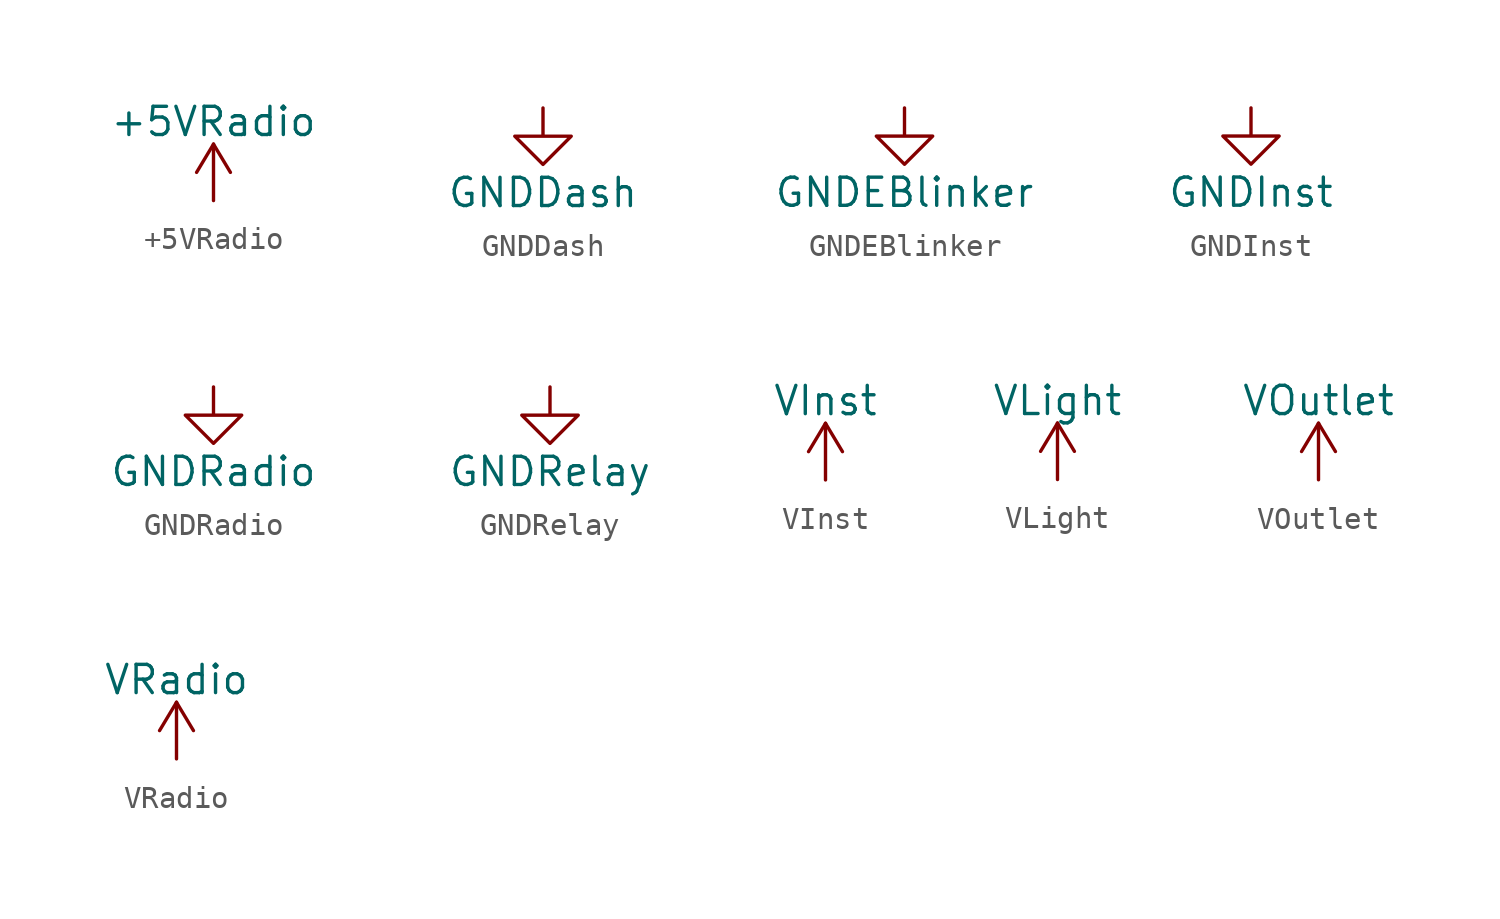
<source format=kicad_sym>
(kicad_symbol_lib
  (version 20220914)
  (generator kicad_symbol_editor)
  (symbol "+5VRadio"
    (power)
    (pin_names
      (offset 0))
    (property "Reference" "#PWR"
      (at 0 -3.81 0)
      (effects (font (size 1.27 1.27)) hide))
    (property "Value" "+5VRadio"
      (at 0 3.556 0)
      (effects (font (size 1.27 1.27))))
    (symbol "+5VRadio_0_1"
      (polyline (pts (xy -0.762 1.27) (xy 0 2.54)) (stroke (width 0) (type default)) (fill (type none)))
      (polyline (pts (xy 0 0) (xy 0 2.54)) (stroke (width 0) (type default)) (fill (type none)))
      (polyline (pts (xy 0 2.54) (xy 0.762 1.27)) (stroke (width 0) (type default)) (fill (type none))))
    (symbol "+5VRadio_1_1"
      (pin power_in line (at 0 0 90) (length 0) hide (name "+5VRadio" (effects (font (size 1.27 1.27)))) (number "1" (effects (font (size 1.27 1.27)))))))
  (symbol "GNDDash"
    (power)
    (pin_names
      (offset 0))
    (property "Reference" "#PWR"
      (at 0 -6.35 0)
      (effects (font (size 1.27 1.27)) hide))
    (property "Value" "GNDDash"
      (at 0 -3.81 0)
      (effects (font (size 1.27 1.27))))
    (symbol "GNDDash_0_1"
      (polyline (pts (xy 0 0) (xy 0 -1.27) (xy 1.27 -1.27) (xy 0 -2.54) (xy -1.27 -1.27) (xy 0 -1.27)) (stroke (width 0) (type default)) (fill (type none))))
    (symbol "GNDDash_1_1"
      (pin power_in line (at 0 0 270) (length 0) hide (name "GNDDash" (effects (font (size 1.27 1.27)))) (number "1" (effects (font (size 1.27 1.27)))))))
  (symbol "GNDEBlinker"
    (power)
    (pin_names
      (offset 0))
    (property "Reference" "#PWR"
      (at 0 -6.35 0)
      (effects (font (size 1.27 1.27)) hide))
    (property "Value" "GNDEBlinker"
      (at 0 -3.81 0)
      (effects (font (size 1.27 1.27))))
    (symbol "GNDEBlinker_0_1"
      (polyline (pts (xy 0 0) (xy 0 -1.27) (xy 1.27 -1.27) (xy 0 -2.54) (xy -1.27 -1.27) (xy 0 -1.27)) (stroke (width 0) (type default)) (fill (type none))))
    (symbol "GNDEBlinker_1_1"
      (pin power_in line (at 0 0 270) (length 0) hide (name "GNDEBlinker" (effects (font (size 1.27 1.27)))) (number "1" (effects (font (size 1.27 1.27)))))))
  (symbol "GNDInst"
    (power)
    (pin_names
      (offset 0))
    (property "Reference" "#PWR"
      (at 0 -6.35 0)
      (effects (font (size 1.27 1.27)) hide))
    (property "Value" "GNDInst"
      (at 0 -3.81 0)
      (effects (font (size 1.27 1.27))))
    (symbol "GNDInst_0_1"
      (polyline (pts (xy 0 0) (xy 0 -1.27) (xy 1.27 -1.27) (xy 0 -2.54) (xy -1.27 -1.27) (xy 0 -1.27)) (stroke (width 0) (type default)) (fill (type none))))
    (symbol "GNDInst_1_1"
      (pin power_in line (at 0 0 270) (length 0) hide (name "GND5" (effects (font (size 1.27 1.27)))) (number "1" (effects (font (size 1.27 1.27)))))))
  (symbol "GNDRadio"
    (power)
    (pin_names
      (offset 0))
    (property "Reference" "#PWR"
      (at 0 -6.35 0)
      (effects (font (size 1.27 1.27)) hide))
    (property "Value" "GNDRadio"
      (at 0 -3.81 0)
      (effects (font (size 1.27 1.27))))
    (symbol "GNDRadio_0_1"
      (polyline (pts (xy 0 0) (xy 0 -1.27) (xy 1.27 -1.27) (xy 0 -2.54) (xy -1.27 -1.27) (xy 0 -1.27)) (stroke (width 0) (type default)) (fill (type none))))
    (symbol "GNDRadio_1_1"
      (pin power_in line (at 0 0 270) (length 0) hide (name "GNDRadio" (effects (font (size 1.27 1.27)))) (number "1" (effects (font (size 1.27 1.27)))))))
  (symbol "GNDRelay"
    (power)
    (pin_names
      (offset 0))
    (property "Reference" "#PWR"
      (at 0 -6.35 0)
      (effects (font (size 1.27 1.27)) hide))
    (property "Value" "GNDRelay"
      (at 0 -3.81 0)
      (effects (font (size 1.27 1.27))))
    (symbol "GNDRelay_0_1"
      (polyline (pts (xy 0 0) (xy 0 -1.27) (xy 1.27 -1.27) (xy 0 -2.54) (xy -1.27 -1.27) (xy 0 -1.27)) (stroke (width 0) (type default)) (fill (type none))))
    (symbol "GNDRelay_1_1"
      (pin power_in line (at 0 0 270) (length 0) hide (name "GNDRelay" (effects (font (size 1.27 1.27)))) (number "1" (effects (font (size 1.27 1.27)))))))
  (symbol "VInst"
    (power)
    (pin_names
      (offset 0))
    (property "Reference" "#PWR"
      (at 0 -3.81 0)
      (effects (font (size 1.27 1.27)) hide))
    (property "Value" "VInst"
      (at 0 3.556 0)
      (effects (font (size 1.27 1.27))))
    (symbol "VInst_0_1"
      (polyline (pts (xy -0.762 1.27) (xy 0 2.54)) (stroke (width 0) (type default)) (fill (type none)))
      (polyline (pts (xy 0 0) (xy 0 2.54)) (stroke (width 0) (type default)) (fill (type none)))
      (polyline (pts (xy 0 2.54) (xy 0.762 1.27)) (stroke (width 0) (type default)) (fill (type none))))
    (symbol "VInst_1_1"
      (pin power_in line (at 0 0 90) (length 0) hide (name "VInst" (effects (font (size 1.27 1.27)))) (number "1" (effects (font (size 1.27 1.27)))))))
  (symbol "VLight"
    (power)
    (pin_names
      (offset 0))
    (property "Reference" "#PWR"
      (at 0 -3.81 0)
      (effects (font (size 1.27 1.27)) hide))
    (property "Value" "VLight"
      (at 0 3.556 0)
      (effects (font (size 1.27 1.27))))
    (symbol "VLight_0_1"
      (polyline (pts (xy -0.762 1.27) (xy 0 2.54)) (stroke (width 0) (type default)) (fill (type none)))
      (polyline (pts (xy 0 0) (xy 0 2.54)) (stroke (width 0) (type default)) (fill (type none)))
      (polyline (pts (xy 0 2.54) (xy 0.762 1.27)) (stroke (width 0) (type default)) (fill (type none))))
    (symbol "VLight_1_1"
      (pin power_in line (at 0 0 90) (length 0) hide (name "VLight" (effects (font (size 1.27 1.27)))) (number "1" (effects (font (size 1.27 1.27)))))))
  (symbol "VOutlet"
    (power)
    (pin_names
      (offset 0))
    (property "Reference" "#PWR"
      (at 0 -3.81 0)
      (effects (font (size 1.27 1.27)) hide))
    (property "Value" "VOutlet"
      (at 0 3.556 0)
      (effects (font (size 1.27 1.27))))
    (symbol "VOutlet_0_1"
      (polyline (pts (xy -0.762 1.27) (xy 0 2.54)) (stroke (width 0) (type default)) (fill (type none)))
      (polyline (pts (xy 0 0) (xy 0 2.54)) (stroke (width 0) (type default)) (fill (type none)))
      (polyline (pts (xy 0 2.54) (xy 0.762 1.27)) (stroke (width 0) (type default)) (fill (type none))))
    (symbol "VOutlet_1_1"
      (pin power_in line (at 0 0 90) (length 0) hide (name "VOutlet" (effects (font (size 1.27 1.27)))) (number "1" (effects (font (size 1.27 1.27)))))))
  (symbol "VRadio"
    (power)
    (pin_names
      (offset 0))
    (property "Reference" "#PWR"
      (at 0 -3.81 0)
      (effects (font (size 1.27 1.27)) hide))
    (property "Value" "VRadio"
      (at 0 3.556 0)
      (effects (font (size 1.27 1.27))))
    (symbol "VRadio_0_1"
      (polyline (pts (xy -0.762 1.27) (xy 0 2.54)) (stroke (width 0) (type default)) (fill (type none)))
      (polyline (pts (xy 0 0) (xy 0 2.54)) (stroke (width 0) (type default)) (fill (type none)))
      (polyline (pts (xy 0 2.54) (xy 0.762 1.27)) (stroke (width 0) (type default)) (fill (type none))))
    (symbol "VRadio_1_1"
      (pin power_in line (at 0 0 90) (length 0) hide (name "VRadio" (effects (font (size 1.27 1.27)))) (number "1" (effects (font (size 1.27 1.27))))))))
</source>
